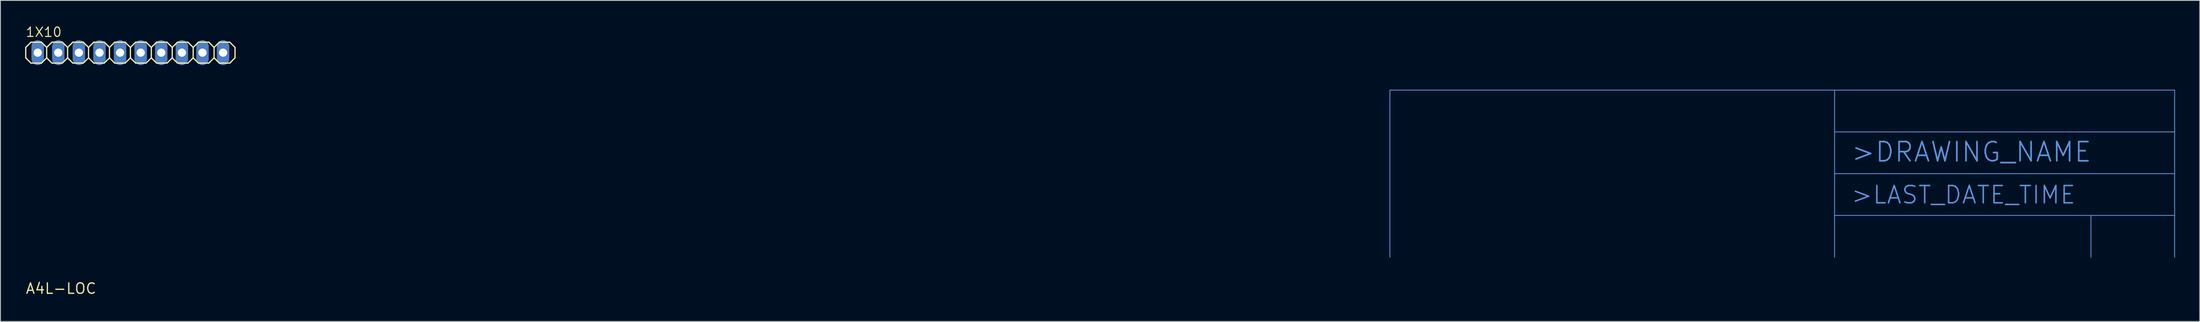
<source format=kicad_pcb>
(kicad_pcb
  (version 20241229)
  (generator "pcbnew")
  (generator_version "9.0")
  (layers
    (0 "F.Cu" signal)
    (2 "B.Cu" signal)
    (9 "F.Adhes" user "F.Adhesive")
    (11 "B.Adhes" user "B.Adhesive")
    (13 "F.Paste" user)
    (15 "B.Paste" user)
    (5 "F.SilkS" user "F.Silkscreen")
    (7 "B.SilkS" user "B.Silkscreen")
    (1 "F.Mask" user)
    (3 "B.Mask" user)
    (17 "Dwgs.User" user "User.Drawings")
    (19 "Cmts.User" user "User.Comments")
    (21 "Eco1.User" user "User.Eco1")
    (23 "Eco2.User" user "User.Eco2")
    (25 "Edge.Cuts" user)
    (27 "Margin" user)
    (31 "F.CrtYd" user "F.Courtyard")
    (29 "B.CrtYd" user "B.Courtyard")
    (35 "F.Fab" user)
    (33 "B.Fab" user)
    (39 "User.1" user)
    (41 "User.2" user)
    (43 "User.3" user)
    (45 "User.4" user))
  (footprint "1X10"
    (layer "F.Cu")
    (at 12.776 3.353)
    (property "Reference" "1X10" (at -12.776 -1.829 0) (layer "F.SilkS") (effects (font (size 1.143 1.143) (thickness 0.127)) (justify left bottom)))
    (fp_line (start -12.7 -0.635) (end -12.7 0.635) (stroke (width 0.152) (type solid)) (layer "F.SilkS"))
    (fp_line (start -12.7 0.635) (end -12.065 1.27) (stroke (width 0.152) (type solid)) (layer "F.SilkS"))
    (fp_line (start -12.065 -1.27) (end -12.7 -0.635) (stroke (width 0.152) (type solid)) (layer "F.SilkS"))
    (fp_line (start -12.065 -1.27) (end -10.795 -1.27) (stroke (width 0.152) (type solid)) (layer "F.SilkS"))
    (fp_line (start -10.795 -1.27) (end -10.16 -0.635) (stroke (width 0.152) (type solid)) (layer "F.SilkS"))
    (fp_line (start -10.795 1.27) (end -12.065 1.27) (stroke (width 0.152) (type solid)) (layer "F.SilkS"))
    (fp_line (start -10.16 -0.635) (end -10.16 0.635) (stroke (width 0.152) (type solid)) (layer "F.SilkS"))
    (fp_line (start -10.16 -0.635) (end -9.525 -1.27) (stroke (width 0.152) (type solid)) (layer "F.SilkS"))
    (fp_line (start -10.16 0.635) (end -10.795 1.27) (stroke (width 0.152) (type solid)) (layer "F.SilkS"))
    (fp_line (start -9.525 -1.27) (end -8.255 -1.27) (stroke (width 0.152) (type solid)) (layer "F.SilkS"))
    (fp_line (start -9.525 1.27) (end -10.16 0.635) (stroke (width 0.152) (type solid)) (layer "F.SilkS"))
    (fp_line (start -8.255 -1.27) (end -7.62 -0.635) (stroke (width 0.152) (type solid)) (layer "F.SilkS"))
    (fp_line (start -8.255 1.27) (end -9.525 1.27) (stroke (width 0.152) (type solid)) (layer "F.SilkS"))
    (fp_line (start -7.62 -0.635) (end -7.62 0.635) (stroke (width 0.152) (type solid)) (layer "F.SilkS"))
    (fp_line (start -7.62 -0.635) (end -6.985 -1.27) (stroke (width 0.152) (type solid)) (layer "F.SilkS"))
    (fp_line (start -7.62 0.635) (end -8.255 1.27) (stroke (width 0.152) (type solid)) (layer "F.SilkS"))
    (fp_line (start -6.985 -1.27) (end -5.715 -1.27) (stroke (width 0.152) (type solid)) (layer "F.SilkS"))
    (fp_line (start -6.985 1.27) (end -7.62 0.635) (stroke (width 0.152) (type solid)) (layer "F.SilkS"))
    (fp_line (start -5.715 -1.27) (end -5.08 -0.635) (stroke (width 0.152) (type solid)) (layer "F.SilkS"))
    (fp_line (start -5.715 1.27) (end -6.985 1.27) (stroke (width 0.152) (type solid)) (layer "F.SilkS"))
    (fp_line (start -5.08 -0.635) (end -5.08 0.635) (stroke (width 0.152) (type solid)) (layer "F.SilkS"))
    (fp_line (start -5.08 0.635) (end -5.715 1.27) (stroke (width 0.152) (type solid)) (layer "F.SilkS"))
    (fp_line (start -5.08 0.635) (end -4.445 1.27) (stroke (width 0.152) (type solid)) (layer "F.SilkS"))
    (fp_line (start -4.445 -1.27) (end -5.08 -0.635) (stroke (width 0.152) (type solid)) (layer "F.SilkS"))
    (fp_line (start -4.445 -1.27) (end -3.175 -1.27) (stroke (width 0.152) (type solid)) (layer "F.SilkS"))
    (fp_line (start -3.175 -1.27) (end -2.54 -0.635) (stroke (width 0.152) (type solid)) (layer "F.SilkS"))
    (fp_line (start -3.175 1.27) (end -4.445 1.27) (stroke (width 0.152) (type solid)) (layer "F.SilkS"))
    (fp_line (start -2.54 -0.635) (end -2.54 0.635) (stroke (width 0.152) (type solid)) (layer "F.SilkS"))
    (fp_line (start -2.54 -0.635) (end -1.905 -1.27) (stroke (width 0.152) (type solid)) (layer "F.SilkS"))
    (fp_line (start -2.54 0.635) (end -3.175 1.27) (stroke (width 0.152) (type solid)) (layer "F.SilkS"))
    (fp_line (start -1.905 -1.27) (end -0.635 -1.27) (stroke (width 0.152) (type solid)) (layer "F.SilkS"))
    (fp_line (start -1.905 1.27) (end -2.54 0.635) (stroke (width 0.152) (type solid)) (layer "F.SilkS"))
    (fp_line (start -0.635 -1.27) (end 0 -0.635) (stroke (width 0.152) (type solid)) (layer "F.SilkS"))
    (fp_line (start -0.635 1.27) (end -1.905 1.27) (stroke (width 0.152) (type solid)) (layer "F.SilkS"))
    (fp_line (start 0 -0.635) (end 0 0.635) (stroke (width 0.152) (type solid)) (layer "F.SilkS"))
    (fp_line (start 0 -0.635) (end 0.635 -1.27) (stroke (width 0.152) (type solid)) (layer "F.SilkS"))
    (fp_line (start 0 0.635) (end -0.635 1.27) (stroke (width 0.152) (type solid)) (layer "F.SilkS"))
    (fp_line (start 0.635 -1.27) (end 1.905 -1.27) (stroke (width 0.152) (type solid)) (layer "F.SilkS"))
    (fp_line (start 0.635 1.27) (end 0 0.635) (stroke (width 0.152) (type solid)) (layer "F.SilkS"))
    (fp_line (start 1.905 -1.27) (end 2.54 -0.635) (stroke (width 0.152) (type solid)) (layer "F.SilkS"))
    (fp_line (start 1.905 1.27) (end 0.635 1.27) (stroke (width 0.152) (type solid)) (layer "F.SilkS"))
    (fp_line (start 2.54 -0.635) (end 2.54 0.635) (stroke (width 0.152) (type solid)) (layer "F.SilkS"))
    (fp_line (start 2.54 0.635) (end 1.905 1.27) (stroke (width 0.152) (type solid)) (layer "F.SilkS"))
    (fp_line (start 2.54 0.635) (end 3.175 1.27) (stroke (width 0.152) (type solid)) (layer "F.SilkS"))
    (fp_line (start 3.175 -1.27) (end 2.54 -0.635) (stroke (width 0.152) (type solid)) (layer "F.SilkS"))
    (fp_line (start 3.175 -1.27) (end 4.445 -1.27) (stroke (width 0.152) (type solid)) (layer "F.SilkS"))
    (fp_line (start 4.445 -1.27) (end 5.08 -0.635) (stroke (width 0.152) (type solid)) (layer "F.SilkS"))
    (fp_line (start 4.445 1.27) (end 3.175 1.27) (stroke (width 0.152) (type solid)) (layer "F.SilkS"))
    (fp_line (start 5.08 -0.635) (end 5.08 0.635) (stroke (width 0.152) (type solid)) (layer "F.SilkS"))
    (fp_line (start 5.08 -0.635) (end 5.715 -1.27) (stroke (width 0.152) (type solid)) (layer "F.SilkS"))
    (fp_line (start 5.08 0.635) (end 4.445 1.27) (stroke (width 0.152) (type solid)) (layer "F.SilkS"))
    (fp_line (start 5.715 -1.27) (end 6.985 -1.27) (stroke (width 0.152) (type solid)) (layer "F.SilkS"))
    (fp_line (start 5.715 1.27) (end 5.08 0.635) (stroke (width 0.152) (type solid)) (layer "F.SilkS"))
    (fp_line (start 6.985 -1.27) (end 7.62 -0.635) (stroke (width 0.152) (type solid)) (layer "F.SilkS"))
    (fp_line (start 6.985 1.27) (end 5.715 1.27) (stroke (width 0.152) (type solid)) (layer "F.SilkS"))
    (fp_line (start 7.62 -0.635) (end 7.62 0.635) (stroke (width 0.152) (type solid)) (layer "F.SilkS"))
    (fp_line (start 7.62 -0.635) (end 8.255 -1.27) (stroke (width 0.152) (type solid)) (layer "F.SilkS"))
    (fp_line (start 7.62 0.635) (end 6.985 1.27) (stroke (width 0.152) (type solid)) (layer "F.SilkS"))
    (fp_line (start 8.255 -1.27) (end 9.525 -1.27) (stroke (width 0.152) (type solid)) (layer "F.SilkS"))
    (fp_line (start 8.255 1.27) (end 7.62 0.635) (stroke (width 0.152) (type solid)) (layer "F.SilkS"))
    (fp_line (start 9.525 -1.27) (end 10.16 -0.635) (stroke (width 0.152) (type solid)) (layer "F.SilkS"))
    (fp_line (start 9.525 1.27) (end 8.255 1.27) (stroke (width 0.152) (type solid)) (layer "F.SilkS"))
    (fp_line (start 10.16 -0.635) (end 10.16 0.635) (stroke (width 0.152) (type solid)) (layer "F.SilkS"))
    (fp_line (start 10.16 0.635) (end 9.525 1.27) (stroke (width 0.152) (type solid)) (layer "F.SilkS"))
    (fp_line (start 10.16 0.635) (end 10.795 1.27) (stroke (width 0.152) (type solid)) (layer "F.SilkS"))
    (fp_line (start 10.795 -1.27) (end 10.16 -0.635) (stroke (width 0.152) (type solid)) (layer "F.SilkS"))
    (fp_line (start 10.795 -1.27) (end 12.065 -1.27) (stroke (width 0.152) (type solid)) (layer "F.SilkS"))
    (fp_line (start 12.065 -1.27) (end 12.7 -0.635) (stroke (width 0.152) (type solid)) (layer "F.SilkS"))
    (fp_line (start 12.065 1.27) (end 10.795 1.27) (stroke (width 0.152) (type solid)) (layer "F.SilkS"))
    (fp_line (start 12.7 -0.635) (end 12.7 0.635) (stroke (width 0.152) (type solid)) (layer "F.SilkS"))
    (fp_line (start 12.7 0.635) (end 12.065 1.27) (stroke (width 0.152) (type solid)) (layer "F.SilkS"))
    (fp_poly (pts (xy -11.5 0.25) (xy -11 0.25) (xy -11 -0.25) (xy -11.5 -0.25)) (stroke (width 0.1) (type solid)) (fill no) (layer "F.Fab"))
    (fp_poly (pts (xy -9 0.25) (xy -8.5 0.25) (xy -8.5 -0.25) (xy -9 -0.25)) (stroke (width 0.1) (type solid)) (fill no) (layer "F.Fab"))
    (fp_poly (pts (xy -9 0.25) (xy -8.5 0.25) (xy -8.5 -0.25) (xy -9 -0.25)) (stroke (width 0.1) (type solid)) (fill no) (layer "F.Fab"))
    (fp_poly (pts (xy -9 0.25) (xy -8.5 0.25) (xy -8.5 -0.25) (xy -9 -0.25)) (stroke (width 0.1) (type solid)) (fill no) (layer "F.Fab"))
    (fp_poly (pts (xy -9 0.25) (xy -8.5 0.25) (xy -8.5 -0.25) (xy -9 -0.25)) (stroke (width 0.1) (type solid)) (fill no) (layer "F.Fab"))
    (fp_poly (pts (xy -6.5 0.25) (xy -6 0.25) (xy -6 -0.25) (xy -6.5 -0.25)) (stroke (width 0.1) (type solid)) (fill no) (layer "F.Fab"))
    (fp_poly (pts (xy -4 0.25) (xy -3.5 0.25) (xy -3.5 -0.25) (xy -4 -0.25)) (stroke (width 0.1) (type solid)) (fill no) (layer "F.Fab"))
    (fp_poly (pts (xy -4 0.25) (xy -3.5 0.25) (xy -3.5 -0.25) (xy -4 -0.25)) (stroke (width 0.1) (type solid)) (fill no) (layer "F.Fab"))
    (fp_poly (pts (xy -1.5 0.25) (xy -1 0.25) (xy -1 -0.25) (xy -1.5 -0.25)) (stroke (width 0.1) (type solid)) (fill no) (layer "F.Fab"))
    (fp_poly (pts (xy 1 0.25) (xy 1.5 0.25) (xy 1.5 -0.25) (xy 1 -0.25)) (stroke (width 0.1) (type solid)) (fill no) (layer "F.Fab"))
    (fp_poly (pts (xy 3.5 0.25) (xy 4 0.25) (xy 4 -0.25) (xy 3.5 -0.25)) (stroke (width 0.1) (type solid)) (fill no) (layer "F.Fab"))
    (fp_poly (pts (xy 6 0.25) (xy 6.5 0.25) (xy 6.5 -0.25) (xy 6 -0.25)) (stroke (width 0.1) (type solid)) (fill no) (layer "F.Fab"))
    (fp_poly (pts (xy 8.5 0.25) (xy 9 0.25) (xy 9 -0.25) (xy 8.5 -0.25)) (stroke (width 0.1) (type solid)) (fill no) (layer "F.Fab"))
    (fp_poly (pts (xy 11 0.25) (xy 11.5 0.25) (xy 11.5 -0.25) (xy 11 -0.25)) (stroke (width 0.1) (type solid)) (fill no) (layer "F.Fab"))
    (pad "1" thru_hole oval (at -11.25 0 90) (size 3.016 1.508) (drill 1) (layers "*.Cu" "*.Mask"))
    (pad "2" thru_hole oval (at -8.75 0 90) (size 3.016 1.508) (drill 1) (layers "*.Cu" "*.Mask"))
    (pad "3" thru_hole oval (at -6.25 0 90) (size 3.016 1.508) (drill 1) (layers "*.Cu" "*.Mask"))
    (pad "4" thru_hole oval (at -3.75 0 90) (size 3.016 1.508) (drill 1) (layers "*.Cu" "*.Mask"))
    (pad "5" thru_hole oval (at -1.25 0 90) (size 3.016 1.508) (drill 1) (layers "*.Cu" "*.Mask"))
    (pad "6" thru_hole oval (at 1.25 0 90) (size 3.016 1.508) (drill 1) (layers "*.Cu" "*.Mask"))
    (pad "7" thru_hole oval (at 3.75 0 90) (size 3.016 1.508) (drill 1) (layers "*.Cu" "*.Mask"))
    (pad "8" thru_hole oval (at 6.25 0 90) (size 3.016 1.508) (drill 1) (layers "*.Cu" "*.Mask"))
    (pad "9" thru_hole oval (at 8.75 0 90) (size 3.016 1.508) (drill 1) (layers "*.Cu" "*.Mask"))
    (pad "10" thru_hole oval (at 11.25 0 90) (size 3.016 1.508) (drill 1) (layers "*.Cu" "*.Mask")))
  (footprint "A4L-LOC"
    (layer "F.Cu")
    (at 4.362 32.042)
    (property "Reference" "A4L-LOC" (at 0 0 0) (layer "F.SilkS") (effects (font (size 1.27 1.27) (thickness 0.15))))
    (fp_line (start 161.29 -24.13) (end 215.265 -24.13) (stroke (width 0.102) (type solid)) (layer "Cmts.User"))
    (fp_line (start 161.29 -3.81) (end 161.29 -24.13) (stroke (width 0.102) (type solid)) (layer "Cmts.User"))
    (fp_line (start 215.265 -24.13) (end 256.54 -24.13) (stroke (width 0.102) (type solid)) (layer "Cmts.User"))
    (fp_line (start 215.265 -19.05) (end 215.265 -24.13) (stroke (width 0.102) (type solid)) (layer "Cmts.User"))
    (fp_line (start 215.265 -19.05) (end 256.54 -19.05) (stroke (width 0.102) (type solid)) (layer "Cmts.User"))
    (fp_line (start 215.265 -13.97) (end 215.265 -19.05) (stroke (width 0.102) (type solid)) (layer "Cmts.User"))
    (fp_line (start 215.265 -13.97) (end 256.54 -13.97) (stroke (width 0.102) (type solid)) (layer "Cmts.User"))
    (fp_line (start 215.265 -8.89) (end 215.265 -13.97) (stroke (width 0.102) (type solid)) (layer "Cmts.User"))
    (fp_line (start 215.265 -8.89) (end 215.265 -3.81) (stroke (width 0.102) (type solid)) (layer "Cmts.User"))
    (fp_line (start 246.38 -8.89) (end 215.265 -8.89) (stroke (width 0.102) (type solid)) (layer "Cmts.User"))
    (fp_line (start 246.38 -8.89) (end 256.54 -8.89) (stroke (width 0.102) (type solid)) (layer "Cmts.User"))
    (fp_line (start 246.38 -3.81) (end 246.38 -8.89) (stroke (width 0.102) (type solid)) (layer "Cmts.User"))
    (fp_line (start 256.54 -19.05) (end 256.54 -24.13) (stroke (width 0.102) (type solid)) (layer "Cmts.User"))
    (fp_line (start 256.54 -13.97) (end 256.54 -19.05) (stroke (width 0.102) (type solid)) (layer "Cmts.User"))
    (fp_line (start 256.54 -8.89) (end 256.54 -13.97) (stroke (width 0.102) (type solid)) (layer "Cmts.User"))
    (fp_line (start 256.54 -3.81) (end 256.54 -8.89) (stroke (width 0.102) (type solid)) (layer "Cmts.User"))
    (fp_text user ">LAST_DATE_TIME" (at 217.17 -10.16 0) (layer "Cmts.User") (effects (font (size 2.103 2.103) (thickness 0.183)) (justify left bottom)))
    (fp_text user ">DRAWING_NAME" (at 217.17 -15.24 0) (layer "Cmts.User") (effects (font (size 2.337 2.337) (thickness 0.203)) (justify left bottom))))
  (gr_rect
    (start -3 -3)
    (end 263.952 36.048)
    (stroke (width 0.1) (type default))
    (fill no)
    (layer "Edge.Cuts")))
</source>
